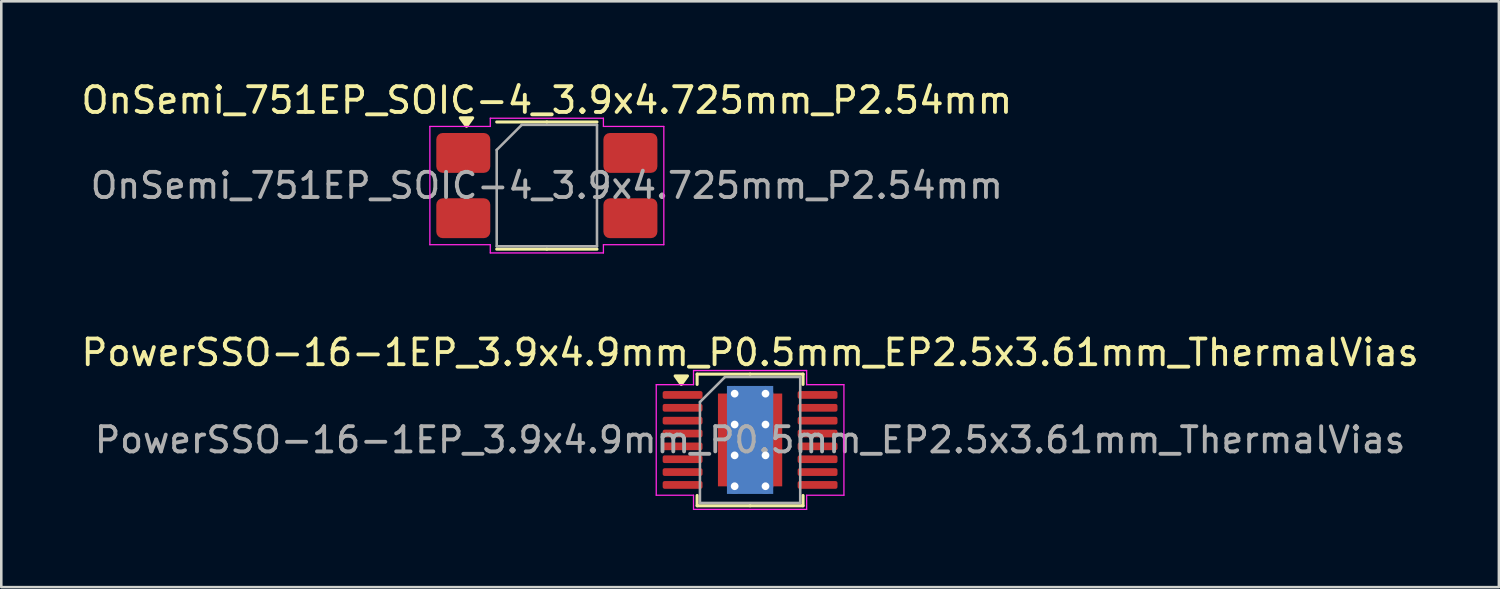
<source format=kicad_pcb>
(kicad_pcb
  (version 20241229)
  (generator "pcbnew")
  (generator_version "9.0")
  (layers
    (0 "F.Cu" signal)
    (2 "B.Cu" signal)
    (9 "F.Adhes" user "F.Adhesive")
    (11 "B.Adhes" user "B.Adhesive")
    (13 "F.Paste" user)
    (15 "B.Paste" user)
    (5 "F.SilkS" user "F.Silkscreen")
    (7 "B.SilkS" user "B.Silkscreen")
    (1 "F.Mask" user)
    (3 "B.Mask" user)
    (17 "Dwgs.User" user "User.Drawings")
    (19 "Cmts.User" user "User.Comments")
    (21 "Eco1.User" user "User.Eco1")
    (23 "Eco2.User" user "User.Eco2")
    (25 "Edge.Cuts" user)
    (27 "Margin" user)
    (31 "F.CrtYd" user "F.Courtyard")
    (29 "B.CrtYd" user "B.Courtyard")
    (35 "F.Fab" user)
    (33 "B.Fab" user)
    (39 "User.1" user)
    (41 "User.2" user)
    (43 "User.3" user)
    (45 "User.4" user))
  (footprint "OnSemi_751EP_SOIC-4_3.9x4.725mm_P2.54mm"
    (layer "F.Cu")
    (at 18.22 4.168)
    (property "Reference" "OnSemi_751EP_SOIC-4_3.9x4.725mm_P2.54mm" (at 0 -3.32 0) (layer "F.SilkS") (effects (font (size 1 1) (thickness 0.15))))
    (attr smd)
    (fp_line (start 0 -2.473) (end -1.95 -2.473) (stroke (width 0.12) (type solid)) (layer "F.SilkS"))
    (fp_line (start 0 -2.473) (end 1.95 -2.473) (stroke (width 0.12) (type solid)) (layer "F.SilkS"))
    (fp_line (start 0 2.473) (end -1.95 2.473) (stroke (width 0.12) (type solid)) (layer "F.SilkS"))
    (fp_line (start 0 2.473) (end 1.95 2.473) (stroke (width 0.12) (type solid)) (layer "F.SilkS"))
    (fp_poly (pts (xy -3.125 -2.305) (xy -3.365 -2.635) (xy -2.885 -2.635)) (stroke (width 0.12) (type solid)) (fill yes) (layer "F.SilkS"))
    (fp_line (start -4.55 -2.3) (end -2.2 -2.3) (stroke (width 0.05) (type solid)) (layer "F.CrtYd"))
    (fp_line (start -4.55 2.3) (end -4.55 -2.3) (stroke (width 0.05) (type solid)) (layer "F.CrtYd"))
    (fp_line (start -2.2 -2.62) (end 2.2 -2.62) (stroke (width 0.05) (type solid)) (layer "F.CrtYd"))
    (fp_line (start -2.2 -2.3) (end -2.2 -2.62) (stroke (width 0.05) (type solid)) (layer "F.CrtYd"))
    (fp_line (start -2.2 2.3) (end -4.55 2.3) (stroke (width 0.05) (type solid)) (layer "F.CrtYd"))
    (fp_line (start -2.2 2.62) (end -2.2 2.3) (stroke (width 0.05) (type solid)) (layer "F.CrtYd"))
    (fp_line (start 2.2 -2.62) (end 2.2 -2.3) (stroke (width 0.05) (type solid)) (layer "F.CrtYd"))
    (fp_line (start 2.2 -2.3) (end 4.55 -2.3) (stroke (width 0.05) (type solid)) (layer "F.CrtYd"))
    (fp_line (start 2.2 2.3) (end 2.2 2.62) (stroke (width 0.05) (type solid)) (layer "F.CrtYd"))
    (fp_line (start 2.2 2.62) (end -2.2 2.62) (stroke (width 0.05) (type solid)) (layer "F.CrtYd"))
    (fp_line (start 4.55 -2.3) (end 4.55 2.3) (stroke (width 0.05) (type solid)) (layer "F.CrtYd"))
    (fp_line (start 4.55 2.3) (end 2.2 2.3) (stroke (width 0.05) (type solid)) (layer "F.CrtYd"))
    (fp_line (start -1.95 -1.387) (end -0.975 -2.362) (stroke (width 0.1) (type solid)) (layer "F.Fab"))
    (fp_line (start -1.95 2.362) (end -1.95 -1.387) (stroke (width 0.1) (type solid)) (layer "F.Fab"))
    (fp_line (start -0.975 -2.362) (end 1.95 -2.362) (stroke (width 0.1) (type solid)) (layer "F.Fab"))
    (fp_line (start 1.95 -2.362) (end 1.95 2.362) (stroke (width 0.1) (type solid)) (layer "F.Fab"))
    (fp_line (start 1.95 2.362) (end -1.95 2.362) (stroke (width 0.1) (type solid)) (layer "F.Fab"))
    (fp_text user "${REFERENCE}" (at 0 0 0) (layer "F.Fab") (effects (font (size 0.98 0.98) (thickness 0.15))))
    (pad "1" smd roundrect (at -3.25 -1.27) (size 2.1 1.55) (layers "F.Cu" "F.Mask" "F.Paste") (roundrect_rratio 0.161))
    (pad "2" smd roundrect (at -3.25 1.27) (size 2.1 1.55) (layers "F.Cu" "F.Mask" "F.Paste") (roundrect_rratio 0.161))
    (pad "3" smd roundrect (at 3.25 1.27) (size 2.1 1.55) (layers "F.Cu" "F.Mask" "F.Paste") (roundrect_rratio 0.161))
    (pad "4" smd roundrect (at 3.25 -1.27) (size 2.1 1.55) (layers "F.Cu" "F.Mask" "F.Paste") (roundrect_rratio 0.161)))
  (footprint "PowerSSO-16-1EP_3.9x4.9mm_P0.5mm_EP2.5x3.61mm_ThermalVias"
    (layer "F.Cu")
    (at 26.125 14.062)
    (property "Reference" "PowerSSO-16-1EP_3.9x4.9mm_P0.5mm_EP2.5x3.61mm_ThermalVias" (at 0 -3.4 0) (layer "F.SilkS") (effects (font (size 1 1) (thickness 0.15))))
    (attr smd)
    (fp_line (start -2.06 -2.56) (end -2.06 -2.16) (stroke (width 0.12) (type solid)) (layer "F.SilkS"))
    (fp_line (start -2.06 2.56) (end -2.06 2.16) (stroke (width 0.12) (type solid)) (layer "F.SilkS"))
    (fp_line (start 0 -2.56) (end -2.06 -2.56) (stroke (width 0.12) (type solid)) (layer "F.SilkS"))
    (fp_line (start 0 -2.56) (end 2.06 -2.56) (stroke (width 0.12) (type solid)) (layer "F.SilkS"))
    (fp_line (start 0 2.56) (end -2.06 2.56) (stroke (width 0.12) (type solid)) (layer "F.SilkS"))
    (fp_line (start 0 2.56) (end 2.06 2.56) (stroke (width 0.12) (type solid)) (layer "F.SilkS"))
    (fp_line (start 2.06 -2.56) (end 2.06 -2.16) (stroke (width 0.12) (type solid)) (layer "F.SilkS"))
    (fp_line (start 2.06 2.56) (end 2.06 2.16) (stroke (width 0.12) (type solid)) (layer "F.SilkS"))
    (fp_poly (pts (xy -2.675 -2.16) (xy -2.915 -2.49) (xy -2.435 -2.49)) (stroke (width 0.12) (type solid)) (fill yes) (layer "F.SilkS"))
    (fp_line (start -3.65 -2.15) (end -2.2 -2.15) (stroke (width 0.05) (type solid)) (layer "F.CrtYd"))
    (fp_line (start -3.65 2.15) (end -3.65 -2.15) (stroke (width 0.05) (type solid)) (layer "F.CrtYd"))
    (fp_line (start -2.2 -2.7) (end 2.2 -2.7) (stroke (width 0.05) (type solid)) (layer "F.CrtYd"))
    (fp_line (start -2.2 -2.15) (end -2.2 -2.7) (stroke (width 0.05) (type solid)) (layer "F.CrtYd"))
    (fp_line (start -2.2 2.15) (end -3.65 2.15) (stroke (width 0.05) (type solid)) (layer "F.CrtYd"))
    (fp_line (start -2.2 2.7) (end -2.2 2.15) (stroke (width 0.05) (type solid)) (layer "F.CrtYd"))
    (fp_line (start 2.2 -2.7) (end 2.2 -2.15) (stroke (width 0.05) (type solid)) (layer "F.CrtYd"))
    (fp_line (start 2.2 -2.15) (end 3.65 -2.15) (stroke (width 0.05) (type solid)) (layer "F.CrtYd"))
    (fp_line (start 2.2 2.15) (end 2.2 2.7) (stroke (width 0.05) (type solid)) (layer "F.CrtYd"))
    (fp_line (start 2.2 2.7) (end -2.2 2.7) (stroke (width 0.05) (type solid)) (layer "F.CrtYd"))
    (fp_line (start 3.65 -2.15) (end 3.65 2.15) (stroke (width 0.05) (type solid)) (layer "F.CrtYd"))
    (fp_line (start 3.65 2.15) (end 2.2 2.15) (stroke (width 0.05) (type solid)) (layer "F.CrtYd"))
    (fp_line (start -1.95 -1.475) (end -0.975 -2.45) (stroke (width 0.1) (type solid)) (layer "F.Fab"))
    (fp_line (start -1.95 2.45) (end -1.95 -1.475) (stroke (width 0.1) (type solid)) (layer "F.Fab"))
    (fp_line (start -0.975 -2.45) (end 1.95 -2.45) (stroke (width 0.1) (type solid)) (layer "F.Fab"))
    (fp_line (start 1.95 -2.45) (end 1.95 2.45) (stroke (width 0.1) (type solid)) (layer "F.Fab"))
    (fp_line (start 1.95 2.45) (end -1.95 2.45) (stroke (width 0.1) (type solid)) (layer "F.Fab"))
    (fp_text user "${REFERENCE}" (at 0 0 0) (layer "F.Fab") (effects (font (size 0.98 0.98) (thickness 0.15))))
    (pad "" smd roundrect (at 0 0) (size 2.02 2.91) (layers "F.Paste") (roundrect_rratio 0.124))
    (pad "1" smd roundrect (at -2.625 -1.75) (size 1.55 0.3) (layers "F.Cu" "F.Mask" "F.Paste") (roundrect_rratio 0.25))
    (pad "2" smd roundrect (at -2.625 -1.25) (size 1.55 0.3) (layers "F.Cu" "F.Mask" "F.Paste") (roundrect_rratio 0.25))
    (pad "3" smd roundrect (at -2.625 -0.75) (size 1.55 0.3) (layers "F.Cu" "F.Mask" "F.Paste") (roundrect_rratio 0.25))
    (pad "4" smd roundrect (at -2.625 -0.25) (size 1.55 0.3) (layers "F.Cu" "F.Mask" "F.Paste") (roundrect_rratio 0.25))
    (pad "5" smd roundrect (at -2.625 0.25) (size 1.55 0.3) (layers "F.Cu" "F.Mask" "F.Paste") (roundrect_rratio 0.25))
    (pad "6" smd roundrect (at -2.625 0.75) (size 1.55 0.3) (layers "F.Cu" "F.Mask" "F.Paste") (roundrect_rratio 0.25))
    (pad "7" smd roundrect (at -2.625 1.25) (size 1.55 0.3) (layers "F.Cu" "F.Mask" "F.Paste") (roundrect_rratio 0.25))
    (pad "8" smd roundrect (at -2.625 1.75) (size 1.55 0.3) (layers "F.Cu" "F.Mask" "F.Paste") (roundrect_rratio 0.25))
    (pad "9" smd roundrect (at 2.625 1.75) (size 1.55 0.3) (layers "F.Cu" "F.Mask" "F.Paste") (roundrect_rratio 0.25))
    (pad "10" smd roundrect (at 2.625 1.25) (size 1.55 0.3) (layers "F.Cu" "F.Mask" "F.Paste") (roundrect_rratio 0.25))
    (pad "11" smd roundrect (at 2.625 0.75) (size 1.55 0.3) (layers "F.Cu" "F.Mask" "F.Paste") (roundrect_rratio 0.25))
    (pad "12" smd roundrect (at 2.625 0.25) (size 1.55 0.3) (layers "F.Cu" "F.Mask" "F.Paste") (roundrect_rratio 0.25))
    (pad "13" smd roundrect (at 2.625 -0.25) (size 1.55 0.3) (layers "F.Cu" "F.Mask" "F.Paste") (roundrect_rratio 0.25))
    (pad "14" smd roundrect (at 2.625 -0.75) (size 1.55 0.3) (layers "F.Cu" "F.Mask" "F.Paste") (roundrect_rratio 0.25))
    (pad "15" smd roundrect (at 2.625 -1.25) (size 1.55 0.3) (layers "F.Cu" "F.Mask" "F.Paste") (roundrect_rratio 0.25))
    (pad "16" smd roundrect (at 2.625 -1.75) (size 1.55 0.3) (layers "F.Cu" "F.Mask" "F.Paste") (roundrect_rratio 0.25))
    (pad "17" thru_hole circle (at -0.6 -1.8) (size 0.6 0.6) (drill 0.3) (property pad_prop_heatsink) (layers "*.Cu"))
    (pad "17" thru_hole circle (at -0.6 -0.6) (size 0.6 0.6) (drill 0.3) (property pad_prop_heatsink) (layers "*.Cu"))
    (pad "17" thru_hole circle (at -0.6 0.6) (size 0.6 0.6) (drill 0.3) (property pad_prop_heatsink) (layers "*.Cu"))
    (pad "17" thru_hole circle (at -0.6 1.8) (size 0.6 0.6) (drill 0.3) (property pad_prop_heatsink) (layers "*.Cu"))
    (pad "17" smd rect (at 0 0) (size 1.8 4.2) (property pad_prop_heatsink) (layers "B.Cu"))
    (pad "17" smd rect (at 0 0) (size 2.5 3.61) (property pad_prop_heatsink) (layers "F.Cu" "F.Mask"))
    (pad "17" thru_hole circle (at 0.6 -1.8) (size 0.6 0.6) (drill 0.3) (property pad_prop_heatsink) (layers "*.Cu"))
    (pad "17" thru_hole circle (at 0.6 -0.6) (size 0.6 0.6) (drill 0.3) (property pad_prop_heatsink) (layers "*.Cu"))
    (pad "17" thru_hole circle (at 0.6 0.6) (size 0.6 0.6) (drill 0.3) (property pad_prop_heatsink) (layers "*.Cu"))
    (pad "17" thru_hole circle (at 0.6 1.8) (size 0.6 0.6) (drill 0.3) (property pad_prop_heatsink) (layers "*.Cu")))
  (gr_rect
    (start -3 -3)
    (end 55.25 19.787)
    (stroke (width 0.1) (type default))
    (fill no)
    (layer "Edge.Cuts")))
</source>
